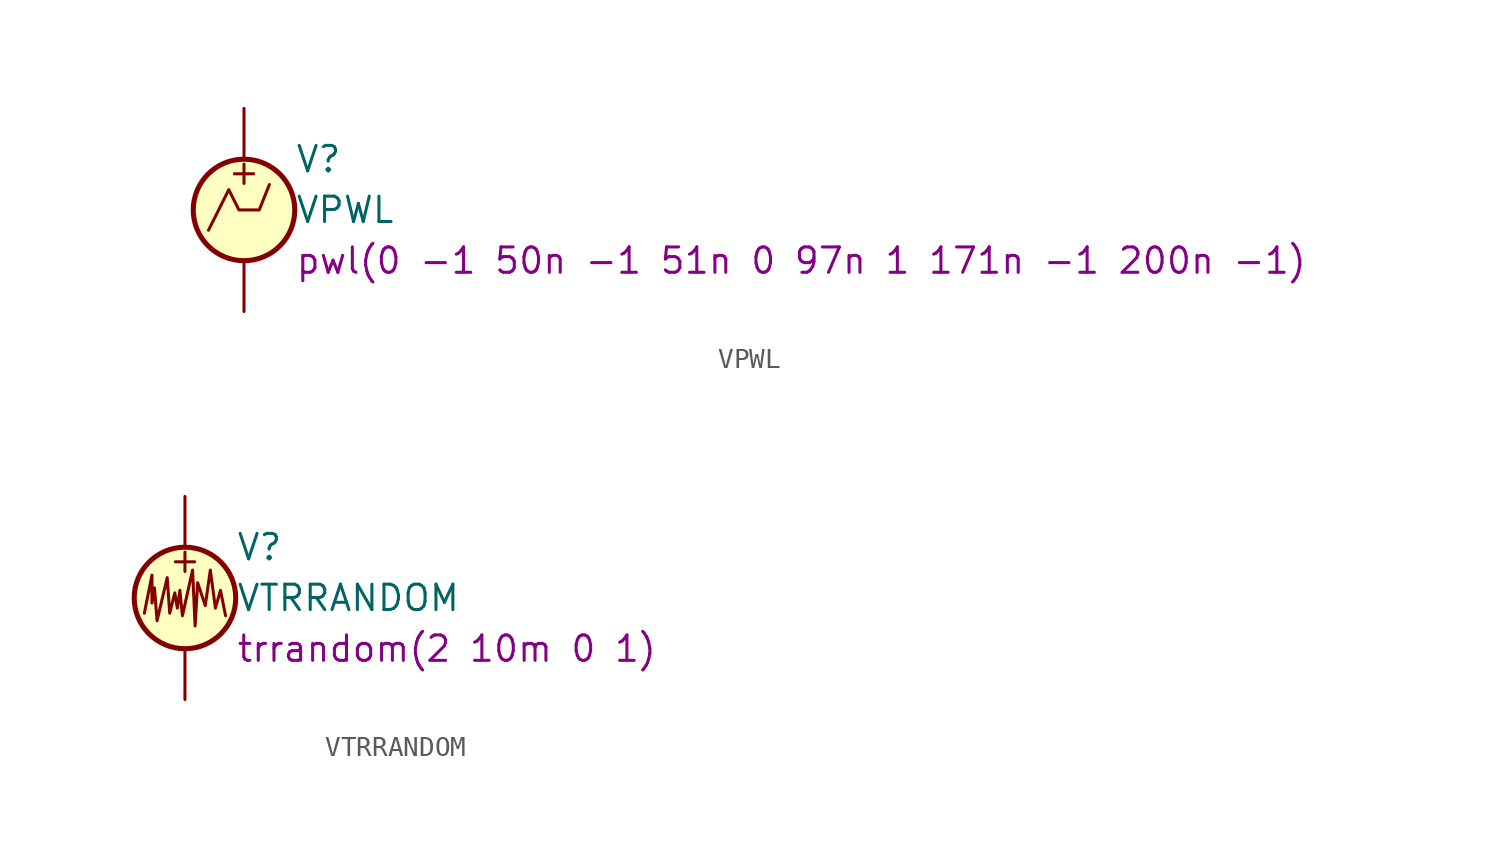
<source format=kicad_sym>
(kicad_symbol_lib
  (version 20200908)
  (generator kicad_symbol_editor)
  (symbol "Simulation_SPICE:VPWL"
    (pin_numbers hide)
    (pin_names
      (offset 0.025))
    (property "Reference" "V"
      (at 2.54 2.54 0)
      (effects (font (size 1.27 1.27)) (justify left)))
    (property "Value" "VPWL"
      (at 2.54 0 0)
      (effects (font (size 1.27 1.27)) (justify left)))
    (property "Spice_Model" "pwl(0 -1 50n -1 51n 0 97n 1 171n -1 200n -1)"
      (at 2.54 -2.54 0)
      (effects (font (size 1.27 1.27)) (justify left)))
    (symbol "VPWL_0_1"
      (circle (center 0 0) (radius 2.54) (stroke (width 0.254)) (fill (type background))))
    (symbol "VPWL_0_0"
      (text "+" (at 0 1.905 0) (effects (font (size 1.27 1.27))))
      (polyline (pts (xy -1.778 -1.016) (xy -0.762 1.016) (xy -0.254 0) (xy 0.762 0) (xy 1.27 1.27)) (stroke (width 0)) (fill (type none))))
    (symbol "VPWL_1_1"
      (pin passive line (at 0 5.08 270) (length 2.54) (name "~" (effects (font (size 1.27 1.27)))) (number "1" (effects (font (size 1.27 1.27)))))
      (pin passive line (at 0 -5.08 90) (length 2.54) (name "~" (effects (font (size 1.27 1.27)))) (number "2" (effects (font (size 1.27 1.27)))))))
  (symbol "Simulation_SPICE:VTRRANDOM"
    (pin_numbers hide)
    (pin_names
      (offset 0.025))
    (property "Reference" "V"
      (at 2.54 2.54 0)
      (effects (font (size 1.27 1.27)) (justify left)))
    (property "Value" "VTRRANDOM"
      (at 2.54 0 0)
      (effects (font (size 1.27 1.27)) (justify left)))
    (property "Spice_Model" "trrandom(2 10m 0 1)"
      (at 2.54 -2.54 0)
      (effects (font (size 1.27 1.27)) (justify left)))
    (symbol "VTRRANDOM_0_1"
      (circle (center 0 0) (radius 2.54) (stroke (width 0.254)) (fill (type background)))
      (polyline (pts (xy -2.032 -0.762) (xy -1.651 1.143) (xy -1.651 -0.254) (xy -1.524 0.508) (xy -1.397 -1.143) (xy -0.889 1.016) (xy -0.762 -0.762) (xy -0.508 0.254) (xy -0.381 -0.508) (xy -0.254 0.381) (xy -0.127 -0.889) (xy 0.381 1.397) (xy 0.508 -1.397) (xy 0.635 0.762) (xy 1.016 -0.381) (xy 1.27 1.397) (xy 1.524 -0.508) (xy 1.778 0.381) (xy 2.032 -0.889)) (stroke (width 0)) (fill (type none))))
    (symbol "VTRRANDOM_0_0"
      (text "+" (at 0 1.905 0) (effects (font (size 1.27 1.27)))))
    (symbol "VTRRANDOM_1_1"
      (pin passive line (at 0 5.08 270) (length 2.54) (name "~" (effects (font (size 1.27 1.27)))) (number "1" (effects (font (size 1.27 1.27)))))
      (pin passive line (at 0 -5.08 90) (length 2.54) (name "~" (effects (font (size 1.27 1.27)))) (number "2" (effects (font (size 1.27 1.27))))))))
</source>
